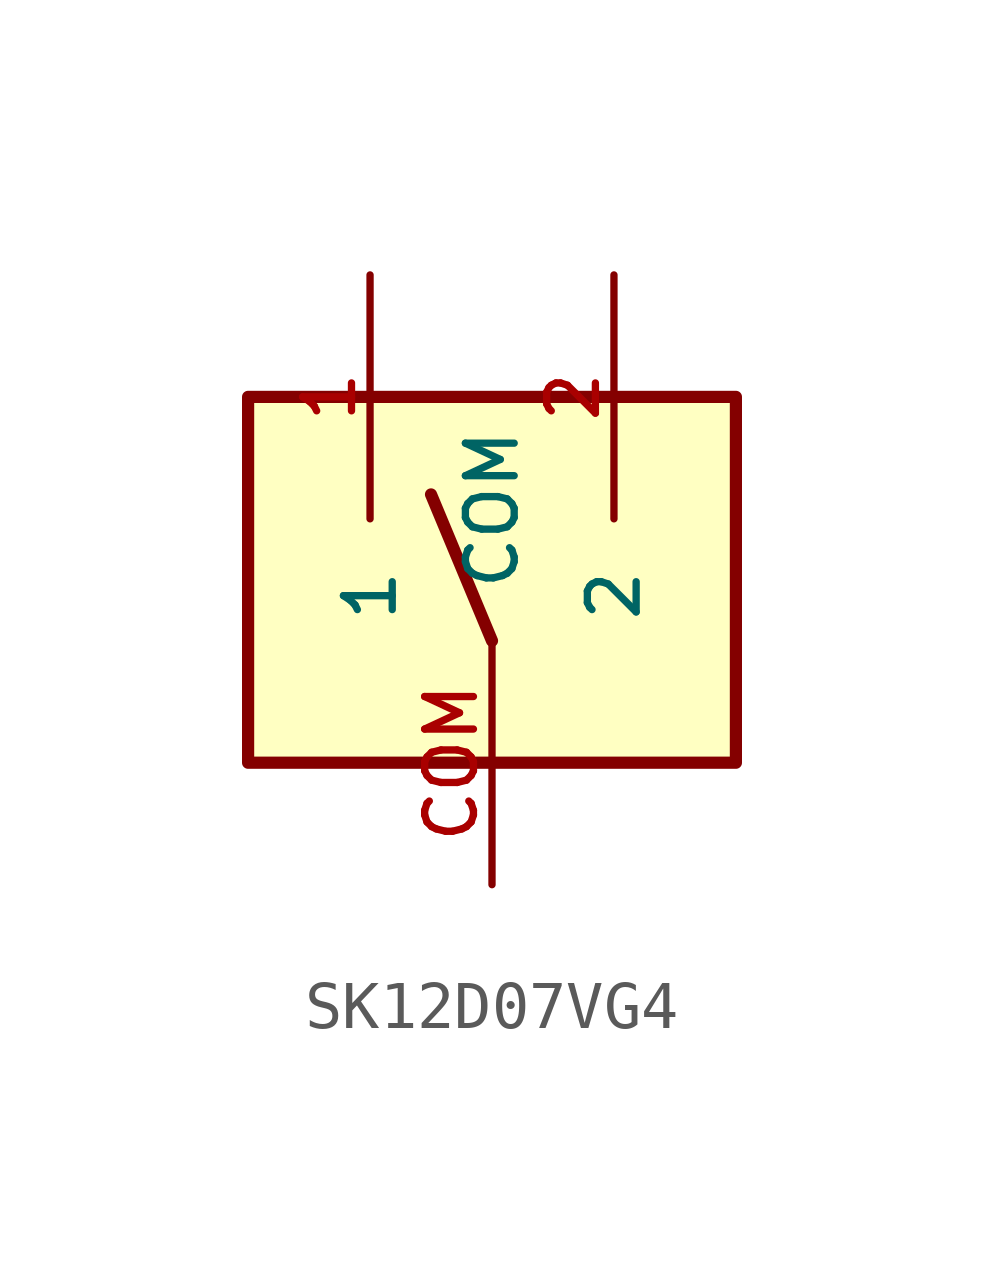
<source format=kicad_sym>
(kicad_symbol_lib
  (version 20231120)
  (generator "kicad_symbol_editor")
  (generator_version "8.0")
  (symbol "SK12D07VG4"
    (pin_names
      (offset 1.016))
    (property "Reference" "U"
      (at 0 0 0)
      (effects (font (size 1.27 1.27)) (justify left bottom) (hide yes)))
    (property "ki_locked" ""
      (at 0 0 0)
      (effects (font (size 1.27 1.27))))
    (symbol "SK12D07VG4_0_0"
      (rectangle (start -5.08 5.08) (end 5.08 -2.54) (stroke (width 0.254) (type default)) (fill (type background)))
      (polyline (pts (xy 0 0) (xy -1.27 3.048)) (stroke (width 0.254) (type default)) (fill (type none)))
      (pin bidirectional line (at 0 -5.08 90) (length 5.08) (name "COM" (effects (font (size 1.016 1.016)))) (number "COM" (effects (font (size 1.016 1.016))))))
    (symbol "SK12D07VG4_1_0"
      (pin bidirectional line (at -2.54 7.62 270) (length 5.08) (name "1" (effects (font (size 1.016 1.016)))) (number "1" (effects (font (size 1.016 1.016)))))
      (pin bidirectional line (at 2.54 7.62 270) (length 5.08) (name "2" (effects (font (size 1.016 1.016)))) (number "2" (effects (font (size 1.016 1.016))))))))
</source>
